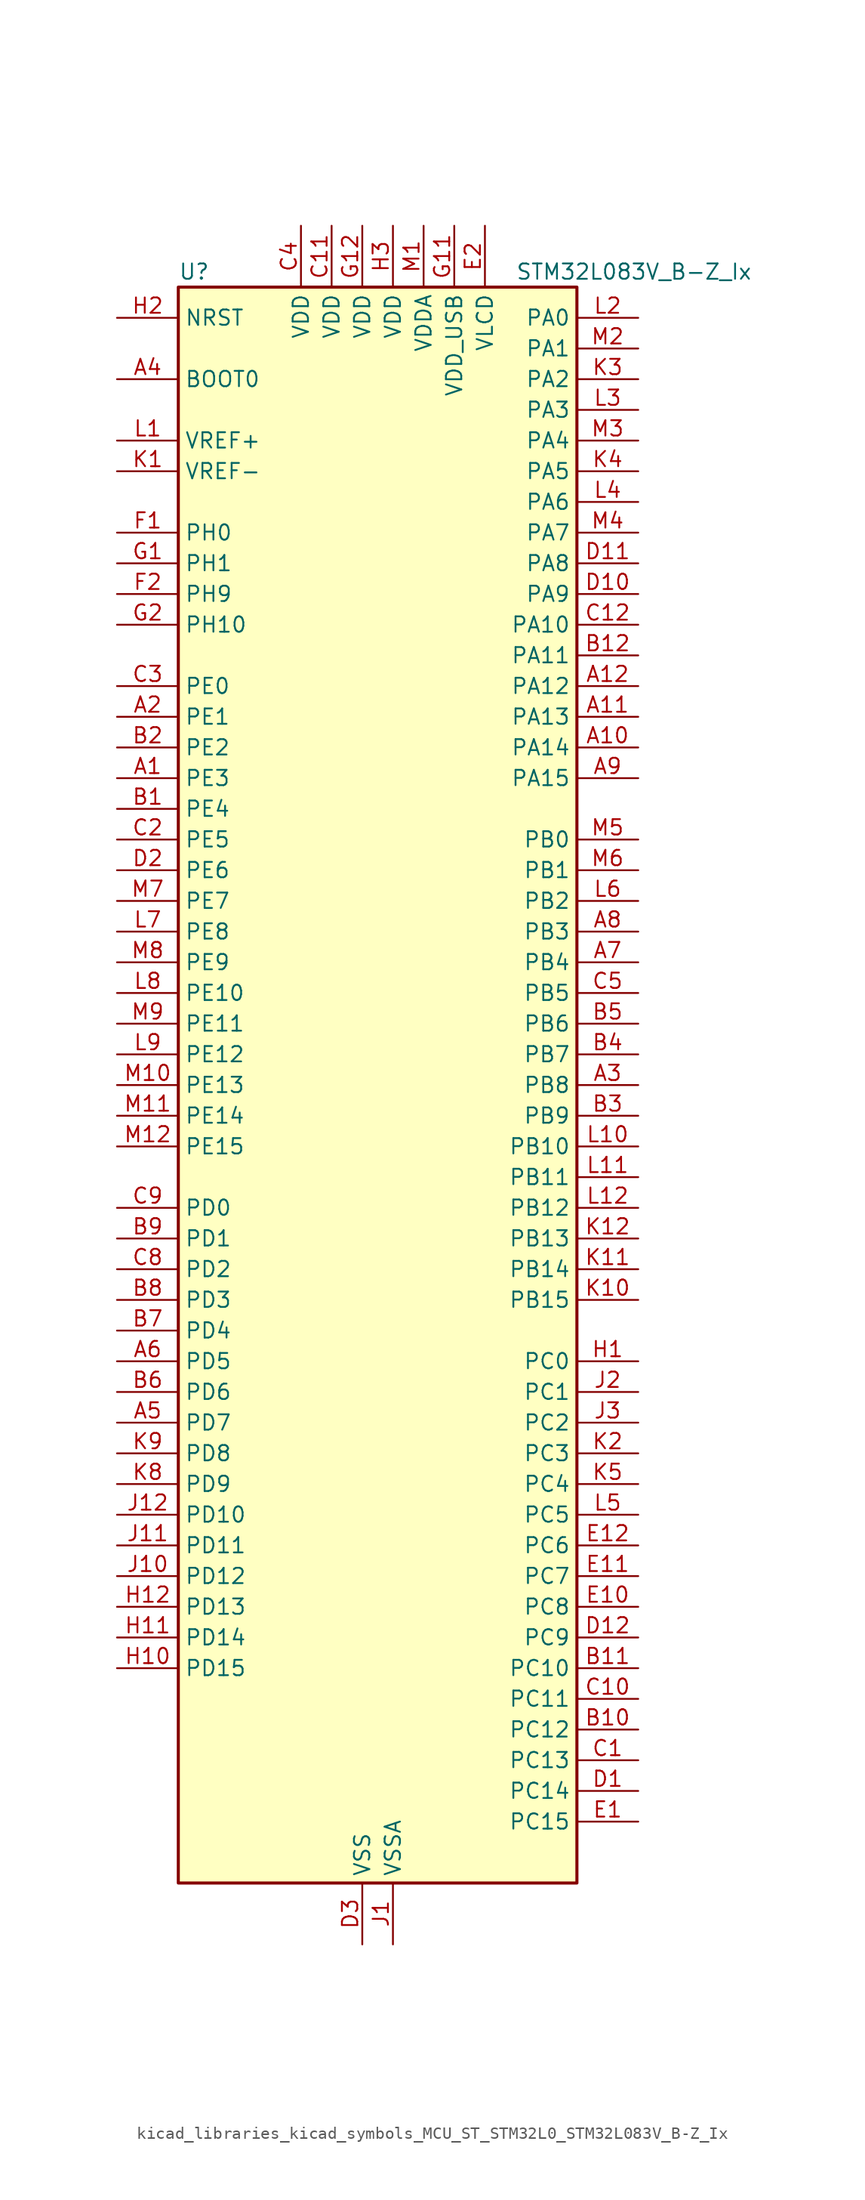
<source format=kicad_sym>
(kicad_symbol_lib
  (version 20220914)
  (generator kicad_symbol_editor)
  (symbol "kicad_libraries_kicad_symbols_MCU_ST_STM32L0_STM32L083V_B-Z_Ix"
    (property "Reference" "U"
      (at -15.24 67.31 0)
      (effects (font (size 1.27 1.27)) (justify left)))
    (property "Value" "STM32L083V_B-Z_Ix"
      (at 12.7 67.31 0)
      (effects (font (size 1.27 1.27)) (justify left)))
    (property "ki_locked" ""
      (at 0 0 0)
      (effects (font (size 1.27 1.27))))
    (symbol "kicad_libraries_kicad_symbols_MCU_ST_STM32L0_STM32L083V_B-Z_Ix_0_1"
      (rectangle (start -15.24 -66.04) (end 17.78 66.04) (stroke (width 0.254) (type default)) (fill (type background))))
    (symbol "kicad_libraries_kicad_symbols_MCU_ST_STM32L0_STM32L083V_B-Z_Ix_1_1"
      (pin bidirectional line (at -20.32 25.4 0) (length 5.08) (name "PE3" (effects (font (size 1.27 1.27)))) (number "A1" (effects (font (size 1.27 1.27)))) (alternate "LCD_SEG39" bidirectional line) (alternate "TIM22_CH1" bidirectional line) (alternate "TIM3_CH1" bidirectional line))
      (pin bidirectional line (at 22.86 27.94 180) (length 5.08) (name "PA14" (effects (font (size 1.27 1.27)))) (number "A10" (effects (font (size 1.27 1.27)))) (alternate "LPUART1_TX" bidirectional line) (alternate "SYS_SWCLK" bidirectional line) (alternate "USART2_TX" bidirectional line))
      (pin bidirectional line (at 22.86 30.48 180) (length 5.08) (name "PA13" (effects (font (size 1.27 1.27)))) (number "A11" (effects (font (size 1.27 1.27)))) (alternate "LPUART1_RX" bidirectional line) (alternate "SYS_SWDIO" bidirectional line) (alternate "USB_NOE" bidirectional line))
      (pin bidirectional line (at 22.86 33.02 180) (length 5.08) (name "PA12" (effects (font (size 1.27 1.27)))) (number "A12" (effects (font (size 1.27 1.27)))) (alternate "COMP2_OUT" bidirectional line) (alternate "SPI1_MOSI" bidirectional line) (alternate "TSC_G4_IO4" bidirectional line) (alternate "USART1_DE" bidirectional line) (alternate "USART1_RTS" bidirectional line) (alternate "USB_DP" bidirectional line))
      (pin bidirectional line (at -20.32 30.48 0) (length 5.08) (name "PE1" (effects (font (size 1.27 1.27)))) (number "A2" (effects (font (size 1.27 1.27)))) (alternate "LCD_SEG37" bidirectional line))
      (pin bidirectional line (at 22.86 0 180) (length 5.08) (name "PB8" (effects (font (size 1.27 1.27)))) (number "A3" (effects (font (size 1.27 1.27)))) (alternate "I2C1_SCL" bidirectional line) (alternate "LCD_SEG16" bidirectional line) (alternate "TSC_SYNC" bidirectional line))
      (pin input line (at -20.32 58.42 0) (length 5.08) (name "BOOT0" (effects (font (size 1.27 1.27)))) (number "A4" (effects (font (size 1.27 1.27)))))
      (pin bidirectional line (at -20.32 -27.94 0) (length 5.08) (name "PD7" (effects (font (size 1.27 1.27)))) (number "A5" (effects (font (size 1.27 1.27)))) (alternate "TIM21_CH2" bidirectional line) (alternate "USART2_CK" bidirectional line))
      (pin bidirectional line (at -20.32 -22.86 0) (length 5.08) (name "PD5" (effects (font (size 1.27 1.27)))) (number "A6" (effects (font (size 1.27 1.27)))) (alternate "USART2_TX" bidirectional line))
      (pin bidirectional line (at 22.86 10.16 180) (length 5.08) (name "PB4" (effects (font (size 1.27 1.27)))) (number "A7" (effects (font (size 1.27 1.27)))) (alternate "COMP2_INP" bidirectional line) (alternate "I2C3_SDA" bidirectional line) (alternate "LCD_SEG8" bidirectional line) (alternate "SPI1_MISO" bidirectional line) (alternate "TIM22_CH1" bidirectional line) (alternate "TIM3_CH1" bidirectional line) (alternate "TSC_G5_IO2" bidirectional line) (alternate "USART1_CTS" bidirectional line) (alternate "USART5_RX" bidirectional line))
      (pin bidirectional line (at 22.86 12.7 180) (length 5.08) (name "PB3" (effects (font (size 1.27 1.27)))) (number "A8" (effects (font (size 1.27 1.27)))) (alternate "COMP2_INM" bidirectional line) (alternate "LCD_SEG7" bidirectional line) (alternate "SPI1_SCK" bidirectional line) (alternate "TIM2_CH2" bidirectional line) (alternate "TSC_G5_IO1" bidirectional line) (alternate "USART1_DE" bidirectional line) (alternate "USART1_RTS" bidirectional line) (alternate "USART5_TX" bidirectional line))
      (pin bidirectional line (at 22.86 25.4 180) (length 5.08) (name "PA15" (effects (font (size 1.27 1.27)))) (number "A9" (effects (font (size 1.27 1.27)))) (alternate "LCD_SEG17" bidirectional line) (alternate "SPI1_NSS" bidirectional line) (alternate "TIM2_CH1" bidirectional line) (alternate "TIM2_ETR" bidirectional line) (alternate "USART2_RX" bidirectional line) (alternate "USART4_DE" bidirectional line) (alternate "USART4_RTS" bidirectional line))
      (pin bidirectional line (at -20.32 22.86 0) (length 5.08) (name "PE4" (effects (font (size 1.27 1.27)))) (number "B1" (effects (font (size 1.27 1.27)))) (alternate "TIM22_CH2" bidirectional line) (alternate "TIM3_CH2" bidirectional line))
      (pin bidirectional line (at 22.86 -53.34 180) (length 5.08) (name "PC12" (effects (font (size 1.27 1.27)))) (number "B10" (effects (font (size 1.27 1.27)))) (alternate "LCD_COM6" bidirectional line) (alternate "LCD_SEG30" bidirectional line) (alternate "LCD_SEG50" bidirectional line) (alternate "USART4_CK" bidirectional line) (alternate "USART5_TX" bidirectional line))
      (pin bidirectional line (at 22.86 -48.26 180) (length 5.08) (name "PC10" (effects (font (size 1.27 1.27)))) (number "B11" (effects (font (size 1.27 1.27)))) (alternate "LCD_COM4" bidirectional line) (alternate "LCD_SEG28" bidirectional line) (alternate "LCD_SEG48" bidirectional line) (alternate "LPUART1_TX" bidirectional line) (alternate "USART4_TX" bidirectional line))
      (pin bidirectional line (at 22.86 35.56 180) (length 5.08) (name "PA11" (effects (font (size 1.27 1.27)))) (number "B12" (effects (font (size 1.27 1.27)))) (alternate "ADC_EXTI11" bidirectional line) (alternate "COMP1_OUT" bidirectional line) (alternate "SPI1_MISO" bidirectional line) (alternate "TSC_G4_IO3" bidirectional line) (alternate "USART1_CTS" bidirectional line) (alternate "USB_DM" bidirectional line))
      (pin bidirectional line (at -20.32 27.94 0) (length 5.08) (name "PE2" (effects (font (size 1.27 1.27)))) (number "B2" (effects (font (size 1.27 1.27)))) (alternate "LCD_SEG38" bidirectional line) (alternate "TIM3_ETR" bidirectional line))
      (pin bidirectional line (at 22.86 -2.54 180) (length 5.08) (name "PB9" (effects (font (size 1.27 1.27)))) (number "B3" (effects (font (size 1.27 1.27)))) (alternate "DAC_EXTI9" bidirectional line) (alternate "I2C1_SDA" bidirectional line) (alternate "I2S2_WS" bidirectional line) (alternate "LCD_COM3" bidirectional line) (alternate "SPI2_NSS" bidirectional line))
      (pin bidirectional line (at 22.86 2.54 180) (length 5.08) (name "PB7" (effects (font (size 1.27 1.27)))) (number "B4" (effects (font (size 1.27 1.27)))) (alternate "COMP2_INP" bidirectional line) (alternate "I2C1_SDA" bidirectional line) (alternate "LPTIM1_IN2" bidirectional line) (alternate "SYS_PVD_IN" bidirectional line) (alternate "TSC_G5_IO4" bidirectional line) (alternate "USART1_RX" bidirectional line) (alternate "USART4_CTS" bidirectional line))
      (pin bidirectional line (at 22.86 5.08 180) (length 5.08) (name "PB6" (effects (font (size 1.27 1.27)))) (number "B5" (effects (font (size 1.27 1.27)))) (alternate "COMP2_INP" bidirectional line) (alternate "I2C1_SCL" bidirectional line) (alternate "LPTIM1_ETR" bidirectional line) (alternate "TSC_G5_IO3" bidirectional line) (alternate "USART1_TX" bidirectional line))
      (pin bidirectional line (at -20.32 -25.4 0) (length 5.08) (name "PD6" (effects (font (size 1.27 1.27)))) (number "B6" (effects (font (size 1.27 1.27)))) (alternate "USART2_RX" bidirectional line))
      (pin bidirectional line (at -20.32 -20.32 0) (length 5.08) (name "PD4" (effects (font (size 1.27 1.27)))) (number "B7" (effects (font (size 1.27 1.27)))) (alternate "I2S2_SD" bidirectional line) (alternate "SPI2_MOSI" bidirectional line) (alternate "USART2_DE" bidirectional line) (alternate "USART2_RTS" bidirectional line))
      (pin bidirectional line (at -20.32 -17.78 0) (length 5.08) (name "PD3" (effects (font (size 1.27 1.27)))) (number "B8" (effects (font (size 1.27 1.27)))) (alternate "I2S2_MCK" bidirectional line) (alternate "LCD_SEG44" bidirectional line) (alternate "SPI2_MISO" bidirectional line) (alternate "USART2_CTS" bidirectional line))
      (pin bidirectional line (at -20.32 -12.7 0) (length 5.08) (name "PD1" (effects (font (size 1.27 1.27)))) (number "B9" (effects (font (size 1.27 1.27)))) (alternate "I2S2_CK" bidirectional line) (alternate "SPI2_SCK" bidirectional line))
      (pin bidirectional line (at 22.86 -55.88 180) (length 5.08) (name "PC13" (effects (font (size 1.27 1.27)))) (number "C1" (effects (font (size 1.27 1.27)))) (alternate "RTC_OUT_ALARM" bidirectional line) (alternate "RTC_OUT_CALIB" bidirectional line) (alternate "RTC_TAMP1" bidirectional line) (alternate "RTC_TS" bidirectional line) (alternate "SYS_WKUP2" bidirectional line))
      (pin bidirectional line (at 22.86 -50.8 180) (length 5.08) (name "PC11" (effects (font (size 1.27 1.27)))) (number "C10" (effects (font (size 1.27 1.27)))) (alternate "ADC_EXTI11" bidirectional line) (alternate "LCD_COM5" bidirectional line) (alternate "LCD_SEG29" bidirectional line) (alternate "LCD_SEG49" bidirectional line) (alternate "LPUART1_RX" bidirectional line) (alternate "USART4_RX" bidirectional line))
      (pin power_in line (at -2.54 71.12 270) (length 5.08) (name "VDD" (effects (font (size 1.27 1.27)))) (number "C11" (effects (font (size 1.27 1.27)))))
      (pin bidirectional line (at 22.86 38.1 180) (length 5.08) (name "PA10" (effects (font (size 1.27 1.27)))) (number "C12" (effects (font (size 1.27 1.27)))) (alternate "I2C1_SDA" bidirectional line) (alternate "LCD_COM2" bidirectional line) (alternate "TSC_G4_IO2" bidirectional line) (alternate "USART1_RX" bidirectional line))
      (pin bidirectional line (at -20.32 20.32 0) (length 5.08) (name "PE5" (effects (font (size 1.27 1.27)))) (number "C2" (effects (font (size 1.27 1.27)))) (alternate "TIM21_CH1" bidirectional line) (alternate "TIM3_CH3" bidirectional line))
      (pin bidirectional line (at -20.32 33.02 0) (length 5.08) (name "PE0" (effects (font (size 1.27 1.27)))) (number "C3" (effects (font (size 1.27 1.27)))) (alternate "LCD_SEG36" bidirectional line))
      (pin power_in line (at -5.08 71.12 270) (length 5.08) (name "VDD" (effects (font (size 1.27 1.27)))) (number "C4" (effects (font (size 1.27 1.27)))))
      (pin bidirectional line (at 22.86 7.62 180) (length 5.08) (name "PB5" (effects (font (size 1.27 1.27)))) (number "C5" (effects (font (size 1.27 1.27)))) (alternate "COMP2_INP" bidirectional line) (alternate "I2C1_SMBA" bidirectional line) (alternate "LCD_SEG9" bidirectional line) (alternate "LPTIM1_IN1" bidirectional line) (alternate "SPI1_MOSI" bidirectional line) (alternate "TIM22_CH2" bidirectional line) (alternate "TIM3_CH2" bidirectional line) (alternate "USART1_CK" bidirectional line) (alternate "USART5_CK" bidirectional line) (alternate "USART5_DE" bidirectional line) (alternate "USART5_RTS" bidirectional line))
      (pin bidirectional line (at -20.32 -15.24 0) (length 5.08) (name "PD2" (effects (font (size 1.27 1.27)))) (number "C8" (effects (font (size 1.27 1.27)))) (alternate "LCD_COM7" bidirectional line) (alternate "LCD_SEG31" bidirectional line) (alternate "LCD_SEG51" bidirectional line) (alternate "LPUART1_DE" bidirectional line) (alternate "LPUART1_RTS" bidirectional line) (alternate "TIM3_ETR" bidirectional line) (alternate "USART5_RX" bidirectional line))
      (pin bidirectional line (at -20.32 -10.16 0) (length 5.08) (name "PD0" (effects (font (size 1.27 1.27)))) (number "C9" (effects (font (size 1.27 1.27)))) (alternate "I2S2_WS" bidirectional line) (alternate "SPI2_NSS" bidirectional line) (alternate "TIM21_CH1" bidirectional line))
      (pin bidirectional line (at 22.86 -58.42 180) (length 5.08) (name "PC14" (effects (font (size 1.27 1.27)))) (number "D1" (effects (font (size 1.27 1.27)))) (alternate "RCC_OSC32_IN" bidirectional line))
      (pin bidirectional line (at 22.86 40.64 180) (length 5.08) (name "PA9" (effects (font (size 1.27 1.27)))) (number "D10" (effects (font (size 1.27 1.27)))) (alternate "DAC_EXTI9" bidirectional line) (alternate "I2C1_SCL" bidirectional line) (alternate "I2C3_SMBA" bidirectional line) (alternate "LCD_COM1" bidirectional line) (alternate "RCC_MCO" bidirectional line) (alternate "TSC_G4_IO1" bidirectional line) (alternate "USART1_TX" bidirectional line))
      (pin bidirectional line (at 22.86 43.18 180) (length 5.08) (name "PA8" (effects (font (size 1.27 1.27)))) (number "D11" (effects (font (size 1.27 1.27)))) (alternate "CRS_SYNC" bidirectional line) (alternate "I2C3_SCL" bidirectional line) (alternate "LCD_COM0" bidirectional line) (alternate "RCC_MCO" bidirectional line) (alternate "USART1_CK" bidirectional line))
      (pin bidirectional line (at 22.86 -45.72 180) (length 5.08) (name "PC9" (effects (font (size 1.27 1.27)))) (number "D12" (effects (font (size 1.27 1.27)))) (alternate "DAC_EXTI9" bidirectional line) (alternate "I2C3_SDA" bidirectional line) (alternate "LCD_SEG27" bidirectional line) (alternate "TIM21_ETR" bidirectional line) (alternate "TIM3_CH4" bidirectional line) (alternate "TSC_G8_IO4" bidirectional line) (alternate "USB_NOE" bidirectional line))
      (pin bidirectional line (at -20.32 17.78 0) (length 5.08) (name "PE6" (effects (font (size 1.27 1.27)))) (number "D2" (effects (font (size 1.27 1.27)))) (alternate "RTC_TAMP3" bidirectional line) (alternate "SYS_WKUP3" bidirectional line) (alternate "TIM21_CH2" bidirectional line) (alternate "TIM3_CH4" bidirectional line))
      (pin power_in line (at 0 -71.12 90) (length 5.08) (name "VSS" (effects (font (size 1.27 1.27)))) (number "D3" (effects (font (size 1.27 1.27)))))
      (pin bidirectional line (at 22.86 -60.96 180) (length 5.08) (name "PC15" (effects (font (size 1.27 1.27)))) (number "E1" (effects (font (size 1.27 1.27)))) (alternate "RCC_OSC32_OUT" bidirectional line))
      (pin bidirectional line (at 22.86 -43.18 180) (length 5.08) (name "PC8" (effects (font (size 1.27 1.27)))) (number "E10" (effects (font (size 1.27 1.27)))) (alternate "LCD_SEG26" bidirectional line) (alternate "TIM22_ETR" bidirectional line) (alternate "TIM3_CH3" bidirectional line) (alternate "TSC_G8_IO3" bidirectional line))
      (pin bidirectional line (at 22.86 -40.64 180) (length 5.08) (name "PC7" (effects (font (size 1.27 1.27)))) (number "E11" (effects (font (size 1.27 1.27)))) (alternate "LCD_SEG25" bidirectional line) (alternate "TIM22_CH2" bidirectional line) (alternate "TIM3_CH2" bidirectional line) (alternate "TSC_G8_IO2" bidirectional line))
      (pin bidirectional line (at 22.86 -38.1 180) (length 5.08) (name "PC6" (effects (font (size 1.27 1.27)))) (number "E12" (effects (font (size 1.27 1.27)))) (alternate "LCD_SEG24" bidirectional line) (alternate "TIM22_CH1" bidirectional line) (alternate "TIM3_CH1" bidirectional line) (alternate "TSC_G8_IO1" bidirectional line))
      (pin power_in line (at 10.16 71.12 270) (length 5.08) (name "VLCD" (effects (font (size 1.27 1.27)))) (number "E2" (effects (font (size 1.27 1.27)))))
      (pin passive line (at 0 -71.12 90) (length 5.08) hide (name "VSS" (effects (font (size 1.27 1.27)))) (number "E3" (effects (font (size 1.27 1.27)))))
      (pin bidirectional line (at -20.32 45.72 0) (length 5.08) (name "PH0" (effects (font (size 1.27 1.27)))) (number "F1" (effects (font (size 1.27 1.27)))) (alternate "CRS_SYNC" bidirectional line) (alternate "RCC_OSC_IN" bidirectional line))
      (pin passive line (at 0 -71.12 90) (length 5.08) hide (name "VSS" (effects (font (size 1.27 1.27)))) (number "F11" (effects (font (size 1.27 1.27)))))
      (pin passive line (at 0 -71.12 90) (length 5.08) hide (name "VSS" (effects (font (size 1.27 1.27)))) (number "F12" (effects (font (size 1.27 1.27)))))
      (pin bidirectional line (at -20.32 40.64 0) (length 5.08) (name "PH9" (effects (font (size 1.27 1.27)))) (number "F2" (effects (font (size 1.27 1.27)))) (alternate "DAC_EXTI9" bidirectional line))
      (pin bidirectional line (at -20.32 43.18 0) (length 5.08) (name "PH1" (effects (font (size 1.27 1.27)))) (number "G1" (effects (font (size 1.27 1.27)))) (alternate "RCC_OSC_OUT" bidirectional line))
      (pin power_in line (at 7.62 71.12 270) (length 5.08) (name "VDD_USB" (effects (font (size 1.27 1.27)))) (number "G11" (effects (font (size 1.27 1.27)))))
      (pin power_in line (at 0 71.12 270) (length 5.08) (name "VDD" (effects (font (size 1.27 1.27)))) (number "G12" (effects (font (size 1.27 1.27)))))
      (pin bidirectional line (at -20.32 38.1 0) (length 5.08) (name "PH10" (effects (font (size 1.27 1.27)))) (number "G2" (effects (font (size 1.27 1.27)))))
      (pin bidirectional line (at 22.86 -22.86 180) (length 5.08) (name "PC0" (effects (font (size 1.27 1.27)))) (number "H1" (effects (font (size 1.27 1.27)))) (alternate "ADC_IN10" bidirectional line) (alternate "I2C3_SCL" bidirectional line) (alternate "LCD_SEG18" bidirectional line) (alternate "LPTIM1_IN1" bidirectional line) (alternate "LPUART1_RX" bidirectional line) (alternate "TSC_G7_IO1" bidirectional line))
      (pin bidirectional line (at -20.32 -48.26 0) (length 5.08) (name "PD15" (effects (font (size 1.27 1.27)))) (number "H10" (effects (font (size 1.27 1.27)))) (alternate "CRS_SYNC" bidirectional line) (alternate "LCD_SEG35" bidirectional line))
      (pin bidirectional line (at -20.32 -45.72 0) (length 5.08) (name "PD14" (effects (font (size 1.27 1.27)))) (number "H11" (effects (font (size 1.27 1.27)))) (alternate "LCD_SEG34" bidirectional line))
      (pin bidirectional line (at -20.32 -43.18 0) (length 5.08) (name "PD13" (effects (font (size 1.27 1.27)))) (number "H12" (effects (font (size 1.27 1.27)))) (alternate "LCD_SEG33" bidirectional line))
      (pin input line (at -20.32 63.5 0) (length 5.08) (name "NRST" (effects (font (size 1.27 1.27)))) (number "H2" (effects (font (size 1.27 1.27)))))
      (pin power_in line (at 2.54 71.12 270) (length 5.08) (name "VDD" (effects (font (size 1.27 1.27)))) (number "H3" (effects (font (size 1.27 1.27)))))
      (pin power_in line (at 2.54 -71.12 90) (length 5.08) (name "VSSA" (effects (font (size 1.27 1.27)))) (number "J1" (effects (font (size 1.27 1.27)))))
      (pin bidirectional line (at -20.32 -40.64 0) (length 5.08) (name "PD12" (effects (font (size 1.27 1.27)))) (number "J10" (effects (font (size 1.27 1.27)))) (alternate "LCD_SEG32" bidirectional line) (alternate "LPUART1_DE" bidirectional line) (alternate "LPUART1_RTS" bidirectional line))
      (pin bidirectional line (at -20.32 -38.1 0) (length 5.08) (name "PD11" (effects (font (size 1.27 1.27)))) (number "J11" (effects (font (size 1.27 1.27)))) (alternate "ADC_EXTI11" bidirectional line) (alternate "LCD_SEG31" bidirectional line) (alternate "LPUART1_CTS" bidirectional line))
      (pin bidirectional line (at -20.32 -35.56 0) (length 5.08) (name "PD10" (effects (font (size 1.27 1.27)))) (number "J12" (effects (font (size 1.27 1.27)))) (alternate "LCD_SEG30" bidirectional line))
      (pin bidirectional line (at 22.86 -25.4 180) (length 5.08) (name "PC1" (effects (font (size 1.27 1.27)))) (number "J2" (effects (font (size 1.27 1.27)))) (alternate "ADC_IN11" bidirectional line) (alternate "I2C3_SDA" bidirectional line) (alternate "LCD_SEG19" bidirectional line) (alternate "LPTIM1_OUT" bidirectional line) (alternate "LPUART1_TX" bidirectional line) (alternate "TSC_G7_IO2" bidirectional line))
      (pin bidirectional line (at 22.86 -27.94 180) (length 5.08) (name "PC2" (effects (font (size 1.27 1.27)))) (number "J3" (effects (font (size 1.27 1.27)))) (alternate "ADC_IN12" bidirectional line) (alternate "I2S2_MCK" bidirectional line) (alternate "LCD_SEG20" bidirectional line) (alternate "LPTIM1_IN2" bidirectional line) (alternate "SPI2_MISO" bidirectional line) (alternate "TSC_G7_IO3" bidirectional line))
      (pin input line (at -20.32 50.8 0) (length 5.08) (name "VREF-" (effects (font (size 1.27 1.27)))) (number "K1" (effects (font (size 1.27 1.27)))))
      (pin bidirectional line (at 22.86 -17.78 180) (length 5.08) (name "PB15" (effects (font (size 1.27 1.27)))) (number "K10" (effects (font (size 1.27 1.27)))) (alternate "I2S2_SD" bidirectional line) (alternate "LCD_SEG15" bidirectional line) (alternate "RTC_REFIN" bidirectional line) (alternate "SPI2_MOSI" bidirectional line))
      (pin bidirectional line (at 22.86 -15.24 180) (length 5.08) (name "PB14" (effects (font (size 1.27 1.27)))) (number "K11" (effects (font (size 1.27 1.27)))) (alternate "I2C2_SDA" bidirectional line) (alternate "I2S2_MCK" bidirectional line) (alternate "LCD_SEG14" bidirectional line) (alternate "LPUART1_DE" bidirectional line) (alternate "LPUART1_RTS" bidirectional line) (alternate "RTC_OUT_ALARM" bidirectional line) (alternate "RTC_OUT_CALIB" bidirectional line) (alternate "SPI2_MISO" bidirectional line) (alternate "TIM21_CH2" bidirectional line) (alternate "TSC_G6_IO4" bidirectional line))
      (pin bidirectional line (at 22.86 -12.7 180) (length 5.08) (name "PB13" (effects (font (size 1.27 1.27)))) (number "K12" (effects (font (size 1.27 1.27)))) (alternate "I2C2_SCL" bidirectional line) (alternate "I2S2_CK" bidirectional line) (alternate "LCD_SEG13" bidirectional line) (alternate "LPUART1_CTS" bidirectional line) (alternate "RCC_MCO" bidirectional line) (alternate "SPI2_SCK" bidirectional line) (alternate "TIM21_CH1" bidirectional line) (alternate "TSC_G6_IO3" bidirectional line))
      (pin bidirectional line (at 22.86 -30.48 180) (length 5.08) (name "PC3" (effects (font (size 1.27 1.27)))) (number "K2" (effects (font (size 1.27 1.27)))) (alternate "ADC_IN13" bidirectional line) (alternate "I2S2_SD" bidirectional line) (alternate "LCD_SEG21" bidirectional line) (alternate "LPTIM1_ETR" bidirectional line) (alternate "SPI2_MOSI" bidirectional line) (alternate "TSC_G7_IO4" bidirectional line))
      (pin bidirectional line (at 22.86 58.42 180) (length 5.08) (name "PA2" (effects (font (size 1.27 1.27)))) (number "K3" (effects (font (size 1.27 1.27)))) (alternate "ADC_IN2" bidirectional line) (alternate "COMP2_INM" bidirectional line) (alternate "COMP2_OUT" bidirectional line) (alternate "LCD_SEG1" bidirectional line) (alternate "LPUART1_TX" bidirectional line) (alternate "TIM21_CH1" bidirectional line) (alternate "TIM2_CH3" bidirectional line) (alternate "TSC_G1_IO3" bidirectional line) (alternate "USART2_TX" bidirectional line))
      (pin bidirectional line (at 22.86 50.8 180) (length 5.08) (name "PA5" (effects (font (size 1.27 1.27)))) (number "K4" (effects (font (size 1.27 1.27)))) (alternate "ADC_IN5" bidirectional line) (alternate "COMP1_INM" bidirectional line) (alternate "COMP2_INM" bidirectional line) (alternate "DAC_OUT2" bidirectional line) (alternate "SPI1_SCK" bidirectional line) (alternate "TIM2_CH1" bidirectional line) (alternate "TIM2_ETR" bidirectional line) (alternate "TSC_G2_IO2" bidirectional line))
      (pin bidirectional line (at 22.86 -33.02 180) (length 5.08) (name "PC4" (effects (font (size 1.27 1.27)))) (number "K5" (effects (font (size 1.27 1.27)))) (alternate "ADC_IN14" bidirectional line) (alternate "LCD_SEG22" bidirectional line) (alternate "LPUART1_TX" bidirectional line))
      (pin bidirectional line (at -20.32 -33.02 0) (length 5.08) (name "PD9" (effects (font (size 1.27 1.27)))) (number "K8" (effects (font (size 1.27 1.27)))) (alternate "DAC_EXTI9" bidirectional line) (alternate "LCD_SEG29" bidirectional line) (alternate "LPUART1_RX" bidirectional line))
      (pin bidirectional line (at -20.32 -30.48 0) (length 5.08) (name "PD8" (effects (font (size 1.27 1.27)))) (number "K9" (effects (font (size 1.27 1.27)))) (alternate "LCD_SEG28" bidirectional line) (alternate "LPUART1_TX" bidirectional line))
      (pin input line (at -20.32 53.34 0) (length 5.08) (name "VREF+" (effects (font (size 1.27 1.27)))) (number "L1" (effects (font (size 1.27 1.27)))))
      (pin bidirectional line (at 22.86 -5.08 180) (length 5.08) (name "PB10" (effects (font (size 1.27 1.27)))) (number "L10" (effects (font (size 1.27 1.27)))) (alternate "I2C2_SCL" bidirectional line) (alternate "LCD_SEG10" bidirectional line) (alternate "LPUART1_RX" bidirectional line) (alternate "LPUART1_TX" bidirectional line) (alternate "SPI2_SCK" bidirectional line) (alternate "TIM2_CH3" bidirectional line) (alternate "TSC_SYNC" bidirectional line))
      (pin bidirectional line (at 22.86 -7.62 180) (length 5.08) (name "PB11" (effects (font (size 1.27 1.27)))) (number "L11" (effects (font (size 1.27 1.27)))) (alternate "ADC_EXTI11" bidirectional line) (alternate "I2C2_SDA" bidirectional line) (alternate "LCD_SEG11" bidirectional line) (alternate "LPUART1_RX" bidirectional line) (alternate "LPUART1_TX" bidirectional line) (alternate "TIM2_CH4" bidirectional line) (alternate "TSC_G6_IO1" bidirectional line))
      (pin bidirectional line (at 22.86 -10.16 180) (length 5.08) (name "PB12" (effects (font (size 1.27 1.27)))) (number "L12" (effects (font (size 1.27 1.27)))) (alternate "I2S2_WS" bidirectional line) (alternate "LCD_SEG12" bidirectional line) (alternate "LCD_VLCD2" bidirectional line) (alternate "LPUART1_DE" bidirectional line) (alternate "LPUART1_RTS" bidirectional line) (alternate "SPI2_NSS" bidirectional line) (alternate "TSC_G6_IO2" bidirectional line))
      (pin bidirectional line (at 22.86 63.5 180) (length 5.08) (name "PA0" (effects (font (size 1.27 1.27)))) (number "L2" (effects (font (size 1.27 1.27)))) (alternate "ADC_IN0" bidirectional line) (alternate "COMP1_INM" bidirectional line) (alternate "COMP1_OUT" bidirectional line) (alternate "RTC_TAMP2" bidirectional line) (alternate "SYS_WKUP1" bidirectional line) (alternate "TIM2_CH1" bidirectional line) (alternate "TIM2_ETR" bidirectional line) (alternate "TSC_G1_IO1" bidirectional line) (alternate "USART2_CTS" bidirectional line) (alternate "USART4_TX" bidirectional line))
      (pin bidirectional line (at 22.86 55.88 180) (length 5.08) (name "PA3" (effects (font (size 1.27 1.27)))) (number "L3" (effects (font (size 1.27 1.27)))) (alternate "ADC_IN3" bidirectional line) (alternate "COMP2_INP" bidirectional line) (alternate "LCD_SEG2" bidirectional line) (alternate "LPUART1_RX" bidirectional line) (alternate "TIM21_CH2" bidirectional line) (alternate "TIM2_CH4" bidirectional line) (alternate "TSC_G1_IO4" bidirectional line) (alternate "USART2_RX" bidirectional line))
      (pin bidirectional line (at 22.86 48.26 180) (length 5.08) (name "PA6" (effects (font (size 1.27 1.27)))) (number "L4" (effects (font (size 1.27 1.27)))) (alternate "ADC_IN6" bidirectional line) (alternate "COMP1_OUT" bidirectional line) (alternate "LCD_SEG3" bidirectional line) (alternate "LPUART1_CTS" bidirectional line) (alternate "SPI1_MISO" bidirectional line) (alternate "TIM22_CH1" bidirectional line) (alternate "TIM3_CH1" bidirectional line) (alternate "TSC_G2_IO3" bidirectional line))
      (pin bidirectional line (at 22.86 -35.56 180) (length 5.08) (name "PC5" (effects (font (size 1.27 1.27)))) (number "L5" (effects (font (size 1.27 1.27)))) (alternate "ADC_IN15" bidirectional line) (alternate "LCD_SEG23" bidirectional line) (alternate "LPUART1_RX" bidirectional line) (alternate "TSC_G3_IO1" bidirectional line))
      (pin bidirectional line (at 22.86 15.24 180) (length 5.08) (name "PB2" (effects (font (size 1.27 1.27)))) (number "L6" (effects (font (size 1.27 1.27)))) (alternate "I2C3_SMBA" bidirectional line) (alternate "LCD_VLCD2" bidirectional line) (alternate "LPTIM1_OUT" bidirectional line) (alternate "TSC_G3_IO4" bidirectional line))
      (pin bidirectional line (at -20.32 12.7 0) (length 5.08) (name "PE8" (effects (font (size 1.27 1.27)))) (number "L7" (effects (font (size 1.27 1.27)))) (alternate "LCD_SEG46" bidirectional line) (alternate "USART4_TX" bidirectional line))
      (pin bidirectional line (at -20.32 7.62 0) (length 5.08) (name "PE10" (effects (font (size 1.27 1.27)))) (number "L8" (effects (font (size 1.27 1.27)))) (alternate "LCD_SEG40" bidirectional line) (alternate "TIM2_CH2" bidirectional line) (alternate "USART5_TX" bidirectional line))
      (pin bidirectional line (at -20.32 2.54 0) (length 5.08) (name "PE12" (effects (font (size 1.27 1.27)))) (number "L9" (effects (font (size 1.27 1.27)))) (alternate "LCD_VLCD3" bidirectional line) (alternate "SPI1_NSS" bidirectional line) (alternate "TIM2_CH4" bidirectional line))
      (pin power_in line (at 5.08 71.12 270) (length 5.08) (name "VDDA" (effects (font (size 1.27 1.27)))) (number "M1" (effects (font (size 1.27 1.27)))))
      (pin bidirectional line (at -20.32 0 0) (length 5.08) (name "PE13" (effects (font (size 1.27 1.27)))) (number "M10" (effects (font (size 1.27 1.27)))) (alternate "LCD_SEG41" bidirectional line) (alternate "SPI1_SCK" bidirectional line))
      (pin bidirectional line (at -20.32 -2.54 0) (length 5.08) (name "PE14" (effects (font (size 1.27 1.27)))) (number "M11" (effects (font (size 1.27 1.27)))) (alternate "LCD_SEG42" bidirectional line) (alternate "SPI1_MISO" bidirectional line))
      (pin bidirectional line (at -20.32 -5.08 0) (length 5.08) (name "PE15" (effects (font (size 1.27 1.27)))) (number "M12" (effects (font (size 1.27 1.27)))) (alternate "LCD_SEG43" bidirectional line) (alternate "SPI1_MOSI" bidirectional line))
      (pin bidirectional line (at 22.86 60.96 180) (length 5.08) (name "PA1" (effects (font (size 1.27 1.27)))) (number "M2" (effects (font (size 1.27 1.27)))) (alternate "ADC_IN1" bidirectional line) (alternate "COMP1_INP" bidirectional line) (alternate "LCD_SEG0" bidirectional line) (alternate "TIM21_ETR" bidirectional line) (alternate "TIM2_CH2" bidirectional line) (alternate "TSC_G1_IO2" bidirectional line) (alternate "USART2_DE" bidirectional line) (alternate "USART2_RTS" bidirectional line) (alternate "USART4_RX" bidirectional line))
      (pin bidirectional line (at 22.86 53.34 180) (length 5.08) (name "PA4" (effects (font (size 1.27 1.27)))) (number "M3" (effects (font (size 1.27 1.27)))) (alternate "ADC_IN4" bidirectional line) (alternate "COMP1_INM" bidirectional line) (alternate "COMP2_INM" bidirectional line) (alternate "DAC_OUT1" bidirectional line) (alternate "SPI1_NSS" bidirectional line) (alternate "TIM22_ETR" bidirectional line) (alternate "TSC_G2_IO1" bidirectional line) (alternate "USART2_CK" bidirectional line))
      (pin bidirectional line (at 22.86 45.72 180) (length 5.08) (name "PA7" (effects (font (size 1.27 1.27)))) (number "M4" (effects (font (size 1.27 1.27)))) (alternate "ADC_IN7" bidirectional line) (alternate "COMP2_OUT" bidirectional line) (alternate "LCD_SEG4" bidirectional line) (alternate "SPI1_MOSI" bidirectional line) (alternate "TIM22_CH2" bidirectional line) (alternate "TIM3_CH2" bidirectional line) (alternate "TSC_G2_IO4" bidirectional line))
      (pin bidirectional line (at 22.86 20.32 180) (length 5.08) (name "PB0" (effects (font (size 1.27 1.27)))) (number "M5" (effects (font (size 1.27 1.27)))) (alternate "ADC_IN8" bidirectional line) (alternate "LCD_SEG5" bidirectional line) (alternate "LCD_VLCD3" bidirectional line) (alternate "SYS_VREF_OUT_PB0" bidirectional line) (alternate "TIM3_CH3" bidirectional line) (alternate "TSC_G3_IO2" bidirectional line))
      (pin bidirectional line (at 22.86 17.78 180) (length 5.08) (name "PB1" (effects (font (size 1.27 1.27)))) (number "M6" (effects (font (size 1.27 1.27)))) (alternate "ADC_IN9" bidirectional line) (alternate "LCD_SEG6" bidirectional line) (alternate "LPUART1_DE" bidirectional line) (alternate "LPUART1_RTS" bidirectional line) (alternate "SYS_VREF_OUT_PB1" bidirectional line) (alternate "TIM3_CH4" bidirectional line) (alternate "TSC_G3_IO3" bidirectional line))
      (pin bidirectional line (at -20.32 15.24 0) (length 5.08) (name "PE7" (effects (font (size 1.27 1.27)))) (number "M7" (effects (font (size 1.27 1.27)))) (alternate "LCD_SEG45" bidirectional line) (alternate "USART5_CK" bidirectional line) (alternate "USART5_DE" bidirectional line) (alternate "USART5_RTS" bidirectional line))
      (pin bidirectional line (at -20.32 10.16 0) (length 5.08) (name "PE9" (effects (font (size 1.27 1.27)))) (number "M8" (effects (font (size 1.27 1.27)))) (alternate "DAC_EXTI9" bidirectional line) (alternate "LCD_SEG47" bidirectional line) (alternate "TIM2_CH1" bidirectional line) (alternate "TIM2_ETR" bidirectional line) (alternate "USART4_RX" bidirectional line))
      (pin bidirectional line (at -20.32 5.08 0) (length 5.08) (name "PE11" (effects (font (size 1.27 1.27)))) (number "M9" (effects (font (size 1.27 1.27)))) (alternate "ADC_EXTI11" bidirectional line) (alternate "LCD_VLCD1" bidirectional line) (alternate "TIM2_CH3" bidirectional line) (alternate "USART5_RX" bidirectional line)))))
</source>
